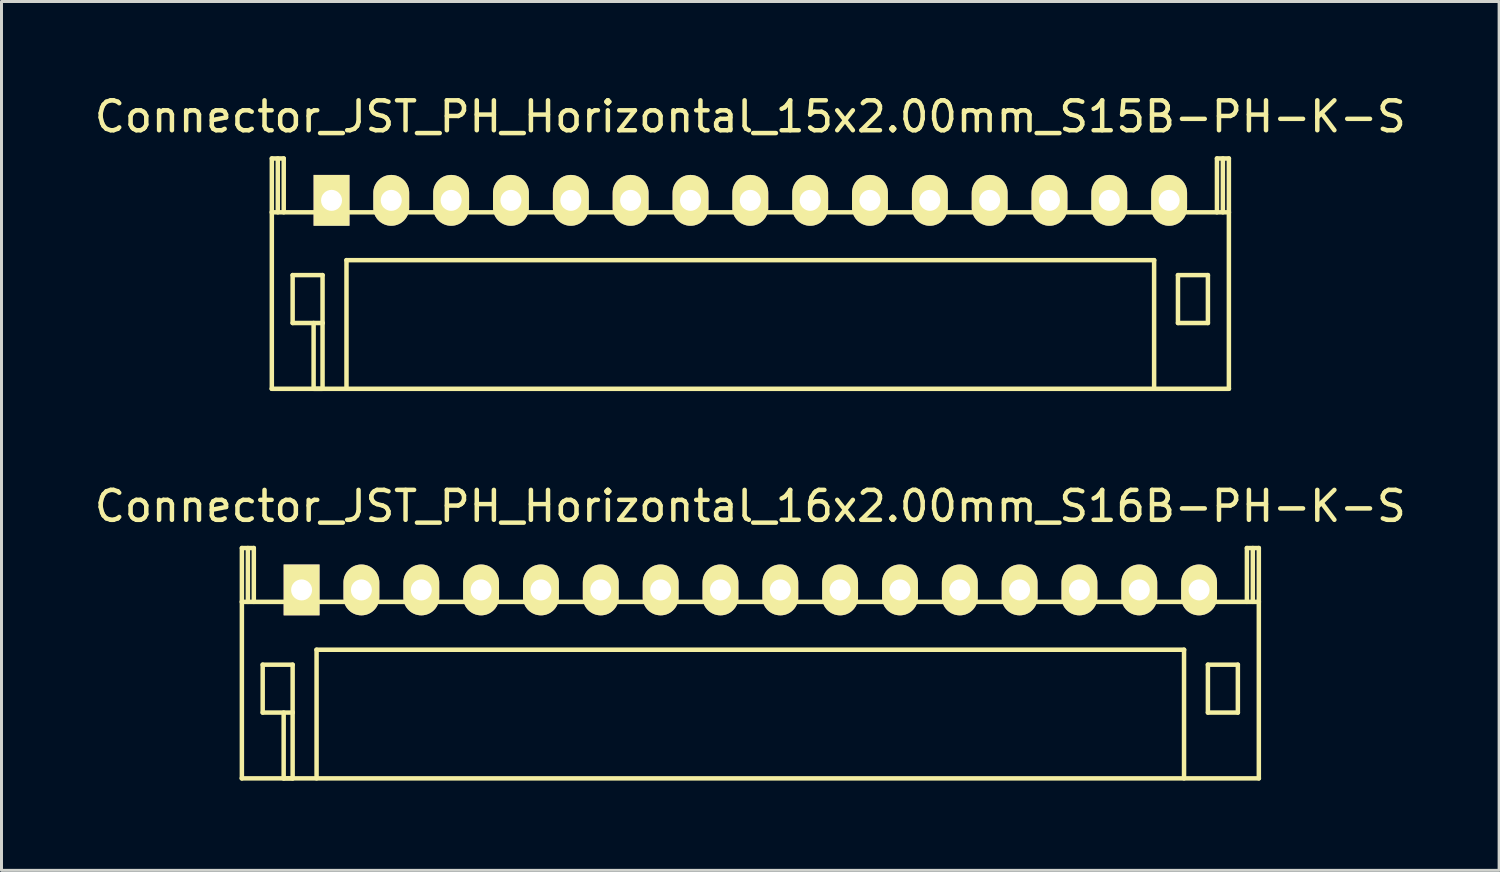
<source format=kicad_pcb>
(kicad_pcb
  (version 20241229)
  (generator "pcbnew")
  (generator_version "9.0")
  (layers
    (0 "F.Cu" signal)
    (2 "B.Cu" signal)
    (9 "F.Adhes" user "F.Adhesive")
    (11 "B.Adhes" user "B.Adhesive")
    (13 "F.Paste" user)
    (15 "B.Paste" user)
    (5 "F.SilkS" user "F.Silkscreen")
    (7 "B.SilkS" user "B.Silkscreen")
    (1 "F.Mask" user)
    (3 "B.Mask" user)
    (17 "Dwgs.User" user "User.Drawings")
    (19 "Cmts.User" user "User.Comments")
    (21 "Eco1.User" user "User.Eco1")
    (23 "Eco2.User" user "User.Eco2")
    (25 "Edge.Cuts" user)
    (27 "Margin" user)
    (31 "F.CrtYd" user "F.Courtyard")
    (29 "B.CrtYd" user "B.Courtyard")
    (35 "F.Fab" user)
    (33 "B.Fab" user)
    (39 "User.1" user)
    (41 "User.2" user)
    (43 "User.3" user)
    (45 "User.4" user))
  (footprint "Connector_JST_PH_Horizontal_16x2.00mm_S16B-PH-K-S"
    (layer "F.Cu")
    (at 7.03 16.669)
    (property "Reference" "Connector_JST_PH_Horizontal_16x2.00mm_S16B-PH-K-S" (at 15 -2.799 0) (layer "F.SilkS") (effects (font (size 1 1) (thickness 0.15))))
    (attr through_hole)
    (fp_line (start -1.995 -1.4) (end -1.995 6.299) (stroke (width 0.15) (type solid)) (layer "F.SilkS"))
    (fp_line (start -1.794 -1.4) (end -1.794 0.399) (stroke (width 0.15) (type solid)) (layer "F.SilkS"))
    (fp_line (start -1.596 -1.4) (end -1.995 -1.4) (stroke (width 0.15) (type solid)) (layer "F.SilkS"))
    (fp_line (start -1.596 0.399) (end -1.596 -1.4) (stroke (width 0.15) (type solid)) (layer "F.SilkS"))
    (fp_line (start -1.299 2.499) (end -0.298 2.499) (stroke (width 0.15) (type solid)) (layer "F.SilkS"))
    (fp_line (start -1.299 4.1) (end -1.299 2.499) (stroke (width 0.15) (type solid)) (layer "F.SilkS"))
    (fp_line (start -0.598 6.299) (end -0.598 4.1) (stroke (width 0.15) (type solid)) (layer "F.SilkS"))
    (fp_line (start -0.298 2.499) (end -0.298 4.1) (stroke (width 0.15) (type solid)) (layer "F.SilkS"))
    (fp_line (start -0.298 4.1) (end -1.299 4.1) (stroke (width 0.15) (type solid)) (layer "F.SilkS"))
    (fp_line (start -0.298 4.1) (end -0.298 6.299) (stroke (width 0.15) (type solid)) (layer "F.SilkS"))
    (fp_line (start -0.298 6.299) (end -0.598 6.299) (stroke (width 0.15) (type solid)) (layer "F.SilkS"))
    (fp_line (start 0.499 1.999) (end 29.501 1.999) (stroke (width 0.15) (type solid)) (layer "F.SilkS"))
    (fp_line (start 0.502 1.999) (end 0.502 6.299) (stroke (width 0.15) (type solid)) (layer "F.SilkS"))
    (fp_line (start 29.498 1.999) (end 29.498 6.299) (stroke (width 0.15) (type solid)) (layer "F.SilkS"))
    (fp_line (start 30.296 2.499) (end 31.297 2.499) (stroke (width 0.15) (type solid)) (layer "F.SilkS"))
    (fp_line (start 30.296 4.1) (end 30.296 2.499) (stroke (width 0.15) (type solid)) (layer "F.SilkS"))
    (fp_line (start 31.297 2.499) (end 31.297 4.1) (stroke (width 0.15) (type solid)) (layer "F.SilkS"))
    (fp_line (start 31.297 4.1) (end 30.296 4.1) (stroke (width 0.15) (type solid)) (layer "F.SilkS"))
    (fp_line (start 31.599 -1.4) (end 31.599 0.399) (stroke (width 0.15) (type solid)) (layer "F.SilkS"))
    (fp_line (start 31.797 -1.4) (end 31.797 0.399) (stroke (width 0.15) (type solid)) (layer "F.SilkS"))
    (fp_line (start 31.998 -1.4) (end 31.599 -1.4) (stroke (width 0.15) (type solid)) (layer "F.SilkS"))
    (fp_line (start 31.998 6.299) (end 31.998 -1.4) (stroke (width 0.15) (type solid)) (layer "F.SilkS"))
    (fp_line (start 32 0.399) (end -2 0.399) (stroke (width 0.15) (type solid)) (layer "F.SilkS"))
    (fp_line (start 32 6.299) (end -2 6.299) (stroke (width 0.15) (type solid)) (layer "F.SilkS"))
    (pad "1" thru_hole rect (at 0.001 0) (size 1.199 1.699) (drill 0.701) (layers "*.Cu" "*.Mask" "F.SilkS"))
    (pad "2" thru_hole oval (at 2 0) (size 1.199 1.699) (drill 0.701) (layers "*.Cu" "*.Mask" "F.SilkS"))
    (pad "3" thru_hole oval (at 4.002 0) (size 1.199 1.699) (drill 0.701) (layers "*.Cu" "*.Mask" "F.SilkS"))
    (pad "4" thru_hole oval (at 6.001 0) (size 1.199 1.699) (drill 0.701) (layers "*.Cu" "*.Mask" "F.SilkS"))
    (pad "5" thru_hole oval (at 8.002 0) (size 1.199 1.699) (drill 0.701) (layers "*.Cu" "*.Mask" "F.SilkS"))
    (pad "6" thru_hole oval (at 10.001 0) (size 1.199 1.699) (drill 0.701) (layers "*.Cu" "*.Mask" "F.SilkS"))
    (pad "7" thru_hole oval (at 12.003 0) (size 1.199 1.699) (drill 0.701) (layers "*.Cu" "*.Mask" "F.SilkS"))
    (pad "8" thru_hole oval (at 14.002 0) (size 1.199 1.699) (drill 0.701) (layers "*.Cu" "*.Mask" "F.SilkS"))
    (pad "9" thru_hole oval (at 16.003 0) (size 1.199 1.699) (drill 0.701) (layers "*.Cu" "*.Mask" "F.SilkS"))
    (pad "10" thru_hole oval (at 18.002 0) (size 1.199 1.699) (drill 0.701) (layers "*.Cu" "*.Mask" "F.SilkS"))
    (pad "11" thru_hole oval (at 20.004 0) (size 1.199 1.699) (drill 0.701) (layers "*.Cu" "*.Mask" "F.SilkS"))
    (pad "12" thru_hole oval (at 22.003 0) (size 1.199 1.699) (drill 0.701) (layers "*.Cu" "*.Mask" "F.SilkS"))
    (pad "13" thru_hole oval (at 24.002 0) (size 1.199 1.699) (drill 0.701) (layers "*.Cu" "*.Mask" "F.SilkS"))
    (pad "14" thru_hole oval (at 26.001 0) (size 1.199 1.699) (drill 0.701) (layers "*.Cu" "*.Mask" "F.SilkS"))
    (pad "15" thru_hole oval (at 28.002 0) (size 1.199 1.699) (drill 0.701) (layers "*.Cu" "*.Mask" "F.SilkS"))
    (pad "16" thru_hole oval (at 30.001 0) (size 1.199 1.699) (drill 0.701) (layers "*.Cu" "*.Mask" "F.SilkS")))
  (footprint "Connector_JST_PH_Horizontal_15x2.00mm_S15B-PH-K-S"
    (layer "F.Cu")
    (at 8.03 3.647)
    (property "Reference" "Connector_JST_PH_Horizontal_15x2.00mm_S15B-PH-K-S" (at 14 -2.799 0) (layer "F.SilkS") (effects (font (size 1 1) (thickness 0.15))))
    (attr through_hole)
    (fp_line (start -1.994 -1.4) (end -1.994 6.299) (stroke (width 0.15) (type solid)) (layer "F.SilkS"))
    (fp_line (start -1.794 -1.4) (end -1.794 0.399) (stroke (width 0.15) (type solid)) (layer "F.SilkS"))
    (fp_line (start -1.596 -1.4) (end -1.994 -1.4) (stroke (width 0.15) (type solid)) (layer "F.SilkS"))
    (fp_line (start -1.596 0.399) (end -1.596 -1.4) (stroke (width 0.15) (type solid)) (layer "F.SilkS"))
    (fp_line (start -1.298 2.499) (end -0.298 2.499) (stroke (width 0.15) (type solid)) (layer "F.SilkS"))
    (fp_line (start -1.298 4.1) (end -1.298 2.499) (stroke (width 0.15) (type solid)) (layer "F.SilkS"))
    (fp_line (start -0.597 6.299) (end -0.597 4.1) (stroke (width 0.15) (type solid)) (layer "F.SilkS"))
    (fp_line (start -0.298 2.499) (end -0.298 4.1) (stroke (width 0.15) (type solid)) (layer "F.SilkS"))
    (fp_line (start -0.298 4.1) (end -1.298 4.1) (stroke (width 0.15) (type solid)) (layer "F.SilkS"))
    (fp_line (start -0.298 4.1) (end -0.298 6.299) (stroke (width 0.15) (type solid)) (layer "F.SilkS"))
    (fp_line (start -0.298 6.299) (end -0.597 6.299) (stroke (width 0.15) (type solid)) (layer "F.SilkS"))
    (fp_line (start 0.5 1.999) (end 27.5 1.999) (stroke (width 0.15) (type solid)) (layer "F.SilkS"))
    (fp_line (start 0.502 1.999) (end 0.502 6.299) (stroke (width 0.15) (type solid)) (layer "F.SilkS"))
    (fp_line (start 27.498 1.999) (end 27.498 6.299) (stroke (width 0.15) (type solid)) (layer "F.SilkS"))
    (fp_line (start 28.295 2.499) (end 29.296 2.499) (stroke (width 0.15) (type solid)) (layer "F.SilkS"))
    (fp_line (start 28.295 4.1) (end 28.295 2.499) (stroke (width 0.15) (type solid)) (layer "F.SilkS"))
    (fp_line (start 29.296 2.499) (end 29.296 4.1) (stroke (width 0.15) (type solid)) (layer "F.SilkS"))
    (fp_line (start 29.296 4.1) (end 28.295 4.1) (stroke (width 0.15) (type solid)) (layer "F.SilkS"))
    (fp_line (start 29.598 -1.4) (end 29.598 0.399) (stroke (width 0.15) (type solid)) (layer "F.SilkS"))
    (fp_line (start 29.796 -1.4) (end 29.796 0.399) (stroke (width 0.15) (type solid)) (layer "F.SilkS"))
    (fp_line (start 29.997 -1.4) (end 29.598 -1.4) (stroke (width 0.15) (type solid)) (layer "F.SilkS"))
    (fp_line (start 29.997 6.299) (end 29.997 -1.4) (stroke (width 0.15) (type solid)) (layer "F.SilkS"))
    (fp_line (start 29.999 0.399) (end -1.999 0.399) (stroke (width 0.15) (type solid)) (layer "F.SilkS"))
    (fp_line (start 29.999 6.299) (end -1.999 6.299) (stroke (width 0.15) (type solid)) (layer "F.SilkS"))
    (pad "1" thru_hole rect (at 0.002 0) (size 1.199 1.699) (drill 0.701) (layers "*.Cu" "*.Mask" "F.SilkS"))
    (pad "2" thru_hole oval (at 1.998 0) (size 1.199 1.699) (drill 0.701) (layers "*.Cu" "*.Mask" "F.SilkS"))
    (pad "3" thru_hole oval (at 4 0) (size 1.199 1.699) (drill 0.701) (layers "*.Cu" "*.Mask" "F.SilkS"))
    (pad "4" thru_hole oval (at 5.999 0) (size 1.199 1.699) (drill 0.701) (layers "*.Cu" "*.Mask" "F.SilkS"))
    (pad "5" thru_hole oval (at 8.001 0) (size 1.199 1.699) (drill 0.701) (layers "*.Cu" "*.Mask" "F.SilkS"))
    (pad "6" thru_hole oval (at 9.999 0) (size 1.199 1.699) (drill 0.701) (layers "*.Cu" "*.Mask" "F.SilkS"))
    (pad "7" thru_hole oval (at 12.001 0) (size 1.199 1.699) (drill 0.701) (layers "*.Cu" "*.Mask" "F.SilkS"))
    (pad "8" thru_hole oval (at 14 0) (size 1.199 1.699) (drill 0.701) (layers "*.Cu" "*.Mask" "F.SilkS"))
    (pad "9" thru_hole oval (at 16.002 0) (size 1.199 1.699) (drill 0.701) (layers "*.Cu" "*.Mask" "F.SilkS"))
    (pad "10" thru_hole oval (at 18 0) (size 1.199 1.699) (drill 0.701) (layers "*.Cu" "*.Mask" "F.SilkS"))
    (pad "11" thru_hole oval (at 20.002 0) (size 1.199 1.699) (drill 0.701) (layers "*.Cu" "*.Mask" "F.SilkS"))
    (pad "12" thru_hole oval (at 22.001 0) (size 1.199 1.699) (drill 0.701) (layers "*.Cu" "*.Mask" "F.SilkS"))
    (pad "13" thru_hole oval (at 24 0) (size 1.199 1.699) (drill 0.701) (layers "*.Cu" "*.Mask" "F.SilkS"))
    (pad "14" thru_hole oval (at 25.999 0) (size 1.199 1.699) (drill 0.701) (layers "*.Cu" "*.Mask" "F.SilkS"))
    (pad "15" thru_hole oval (at 28 0) (size 1.199 1.699) (drill 0.701) (layers "*.Cu" "*.Mask" "F.SilkS")))
  (gr_rect
    (start -3 -3)
    (end 47.06 26.043)
    (stroke (width 0.1) (type default))
    (fill no)
    (layer "Edge.Cuts")))
</source>
